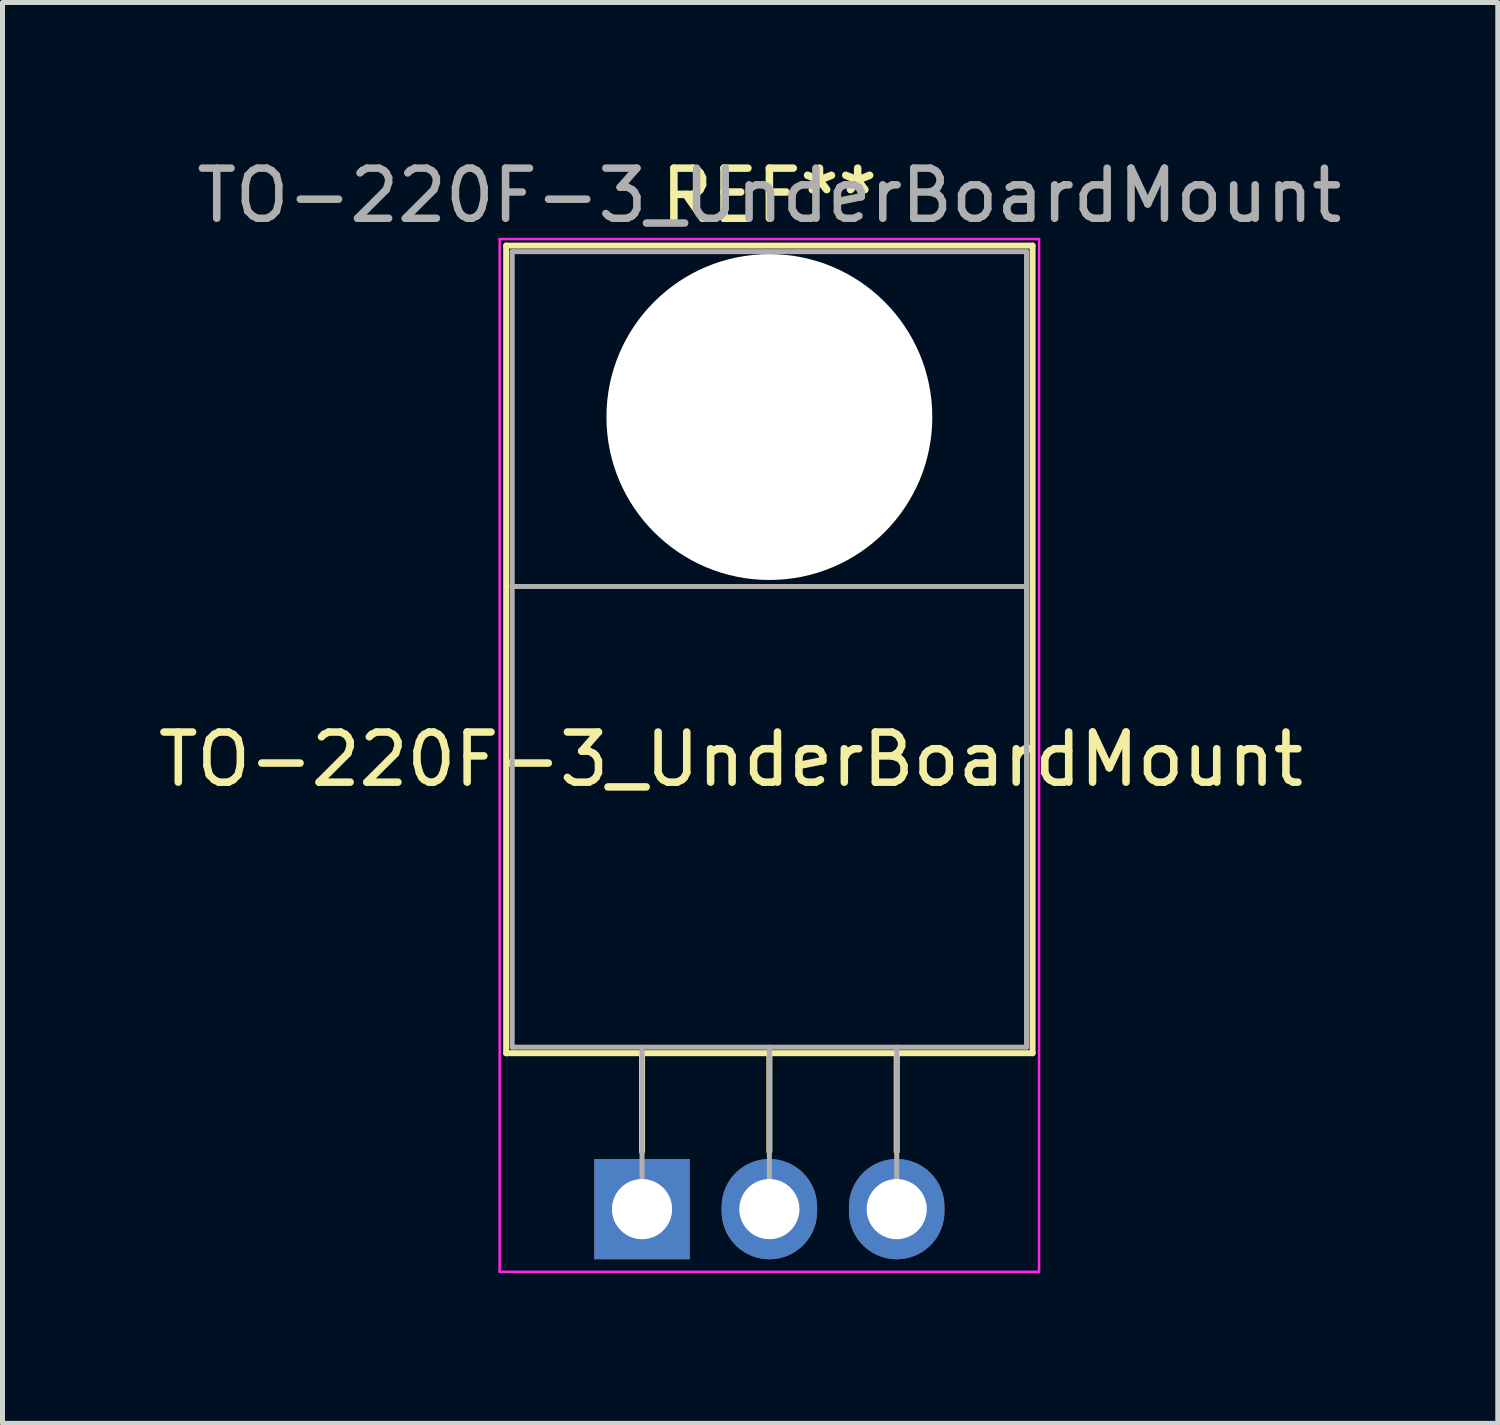
<source format=kicad_pcb>
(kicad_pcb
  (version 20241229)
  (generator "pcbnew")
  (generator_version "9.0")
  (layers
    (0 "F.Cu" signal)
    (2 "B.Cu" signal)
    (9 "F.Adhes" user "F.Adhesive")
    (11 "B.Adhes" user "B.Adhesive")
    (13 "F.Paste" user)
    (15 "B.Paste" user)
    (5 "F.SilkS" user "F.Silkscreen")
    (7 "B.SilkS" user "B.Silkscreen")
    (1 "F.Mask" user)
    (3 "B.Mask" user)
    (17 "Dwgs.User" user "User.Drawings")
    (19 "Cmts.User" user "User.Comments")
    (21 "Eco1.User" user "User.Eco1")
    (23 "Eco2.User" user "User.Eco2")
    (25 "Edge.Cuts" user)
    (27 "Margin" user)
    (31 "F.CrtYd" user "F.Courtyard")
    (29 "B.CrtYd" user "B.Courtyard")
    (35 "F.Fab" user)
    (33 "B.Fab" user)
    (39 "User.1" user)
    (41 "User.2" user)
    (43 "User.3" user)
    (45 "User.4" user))
  (footprint "TO-220F-3_UnderBoardMount"
    (layer "F.Cu")
    (at 11.53 11.597)
    (property "Reference" "TO-220F-3_UnderBoardMount" (at 0 0.5 0) (layer "F.SilkS") (effects (font (size 1 1) (thickness 0.15))))
    (attr through_hole)
    (fp_line (start -4.483 -9.748) (end -4.483 6.362) (stroke (width 0.12) (type solid)) (layer "F.SilkS"))
    (fp_line (start -4.483 -9.748) (end 6.017 -9.748) (stroke (width 0.12) (type solid)) (layer "F.SilkS"))
    (fp_line (start -4.483 6.362) (end 6.017 6.362) (stroke (width 0.12) (type solid)) (layer "F.SilkS"))
    (fp_line (start -1.773 6.362) (end -1.773 8.322) (stroke (width 0.12) (type solid)) (layer "F.SilkS"))
    (fp_line (start 0.767 6.362) (end 0.767 8.322) (stroke (width 0.12) (type solid)) (layer "F.SilkS"))
    (fp_line (start 3.307 6.362) (end 3.307 8.322) (stroke (width 0.12) (type solid)) (layer "F.SilkS"))
    (fp_line (start 6.017 -9.748) (end 6.017 6.362) (stroke (width 0.12) (type solid)) (layer "F.SilkS"))
    (fp_line (start -4.613 -9.878) (end -4.613 10.722) (stroke (width 0.05) (type solid)) (layer "F.CrtYd"))
    (fp_line (start -4.613 10.722) (end 6.147 10.722) (stroke (width 0.05) (type solid)) (layer "F.CrtYd"))
    (fp_line (start 6.147 -9.878) (end -4.613 -9.878) (stroke (width 0.05) (type solid)) (layer "F.CrtYd"))
    (fp_line (start 6.147 10.722) (end 6.147 -9.878) (stroke (width 0.05) (type solid)) (layer "F.CrtYd"))
    (fp_line (start -4.363 -9.628) (end 5.897 -9.628) (stroke (width 0.1) (type solid)) (layer "F.Fab"))
    (fp_line (start -4.363 -2.948) (end -4.363 -9.628) (stroke (width 0.1) (type solid)) (layer "F.Fab"))
    (fp_line (start -4.363 -2.948) (end 5.897 -2.948) (stroke (width 0.1) (type solid)) (layer "F.Fab"))
    (fp_line (start -4.363 6.242) (end -4.363 -2.948) (stroke (width 0.1) (type solid)) (layer "F.Fab"))
    (fp_line (start -1.773 6.242) (end -1.773 9.472) (stroke (width 0.1) (type solid)) (layer "F.Fab"))
    (fp_line (start 0.767 6.242) (end 0.767 9.472) (stroke (width 0.1) (type solid)) (layer "F.Fab"))
    (fp_line (start 3.307 6.242) (end 3.307 9.472) (stroke (width 0.1) (type solid)) (layer "F.Fab"))
    (fp_line (start 5.897 -9.628) (end 5.897 -2.948) (stroke (width 0.1) (type solid)) (layer "F.Fab"))
    (fp_line (start 5.897 -2.948) (end -4.363 -2.948) (stroke (width 0.1) (type solid)) (layer "F.Fab"))
    (fp_line (start 5.897 -2.948) (end 5.897 6.242) (stroke (width 0.1) (type solid)) (layer "F.Fab"))
    (fp_line (start 5.897 6.242) (end -4.363 6.242) (stroke (width 0.1) (type solid)) (layer "F.Fab"))
    (fp_circle (center 0.767 -6.328) (end 3.267 -6.328) (stroke (width 0.1) (type solid)) (fill no) (layer "F.Fab"))
    (fp_text user "REF**" (at 0.767 -10.748 0) (layer "F.SilkS") (effects (font (size 1 1) (thickness 0.15))))
    (fp_text user "${REFERENCE}" (at 0.767 -10.748 0) (layer "F.Fab") (effects (font (size 1 1) (thickness 0.15))))
    (pad "" np_thru_hole oval (at 0.767 -6.328) (size 6.5 6.5) (drill 6.5) (layers "*.Cu" "*.Mask"))
    (pad "1" thru_hole rect (at -1.773 9.472) (size 1.905 2) (drill 1.2) (layers "*.Cu" "*.Mask"))
    (pad "2" thru_hole oval (at 0.767 9.472) (size 1.905 2) (drill 1.2) (layers "*.Cu" "*.Mask"))
    (pad "3" thru_hole oval (at 3.307 9.472) (size 1.905 2) (drill 1.2) (layers "*.Cu" "*.Mask")))
  (gr_rect
    (start -3 -3)
    (end 26.827 25.343)
    (stroke (width 0.1) (type default))
    (fill no)
    (layer "Edge.Cuts")))
</source>
